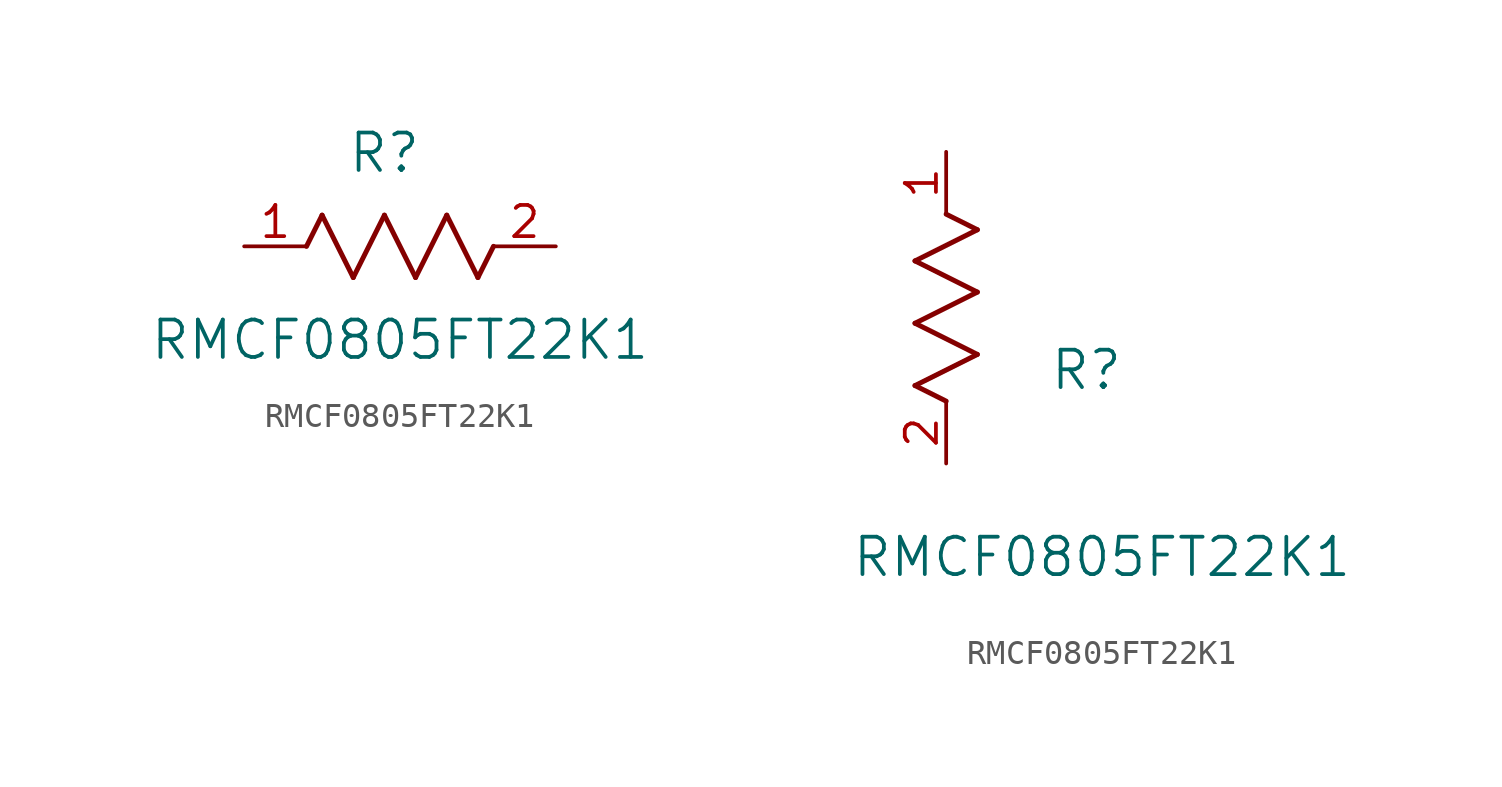
<source format=kicad_sym>
(kicad_symbol_lib
  (version 20211014)
  (generator kicad_symbol_editor)
  (symbol "RMCF0805FT22K1"
    (pin_names
      (offset 0.254))
    (property "Reference" "R"
      (at 5.715 3.81 0)
      (effects (font (size 1.524 1.524))))
    (property "Value" "RMCF0805FT22K1"
      (at 6.35 -3.81 0)
      (effects (font (size 1.524 1.524))))
    (symbol "RMCF0805FT22K1_1_1"
      (polyline (pts (xy 3.175 1.27) (xy 4.445 -1.27)) (stroke (width 0.203) (type default) (color 0 0 0 0)) (fill (type none)))
      (polyline (pts (xy 4.445 -1.27) (xy 5.715 1.27)) (stroke (width 0.203) (type default) (color 0 0 0 0)) (fill (type none)))
      (polyline (pts (xy 5.715 1.27) (xy 6.985 -1.27)) (stroke (width 0.203) (type default) (color 0 0 0 0)) (fill (type none)))
      (polyline (pts (xy 6.985 -1.27) (xy 8.255 1.27)) (stroke (width 0.203) (type default) (color 0 0 0 0)) (fill (type none)))
      (polyline (pts (xy 8.255 1.27) (xy 9.525 -1.27)) (stroke (width 0.203) (type default) (color 0 0 0 0)) (fill (type none)))
      (polyline (pts (xy 2.54 0) (xy 3.175 1.27)) (stroke (width 0.203) (type default) (color 0 0 0 0)) (fill (type none)))
      (polyline (pts (xy 9.525 -1.27) (xy 10.16 0)) (stroke (width 0.203) (type default) (color 0 0 0 0)) (fill (type none)))
      (pin unspecified line (at 0 0 0) (length 2.54) (name "" (effects (font (size 1.27 1.27)))) (number "1" (effects (font (size 1.27 1.27)))))
      (pin unspecified line (at 12.7 0 180) (length 2.54) (name "" (effects (font (size 1.27 1.27)))) (number "2" (effects (font (size 1.27 1.27))))))
    (symbol "RMCF0805FT22K1_1_2"
      (polyline (pts (xy 0 2.54) (xy -1.27 3.175)) (stroke (width 0.203) (type default) (color 0 0 0 0)) (fill (type none)))
      (polyline (pts (xy -1.27 3.175) (xy 1.27 4.445)) (stroke (width 0.203) (type default) (color 0 0 0 0)) (fill (type none)))
      (polyline (pts (xy 1.27 4.445) (xy -1.27 5.715)) (stroke (width 0.203) (type default) (color 0 0 0 0)) (fill (type none)))
      (polyline (pts (xy -1.27 5.715) (xy 1.27 6.985)) (stroke (width 0.203) (type default) (color 0 0 0 0)) (fill (type none)))
      (polyline (pts (xy -1.27 8.255) (xy 1.27 9.525)) (stroke (width 0.203) (type default) (color 0 0 0 0)) (fill (type none)))
      (polyline (pts (xy 1.27 9.525) (xy 0 10.16)) (stroke (width 0.203) (type default) (color 0 0 0 0)) (fill (type none)))
      (polyline (pts (xy 1.27 6.985) (xy -1.27 8.255)) (stroke (width 0.203) (type default) (color 0 0 0 0)) (fill (type none)))
      (pin unspecified line (at 0 12.7 270) (length 2.54) (name "" (effects (font (size 1.27 1.27)))) (number "1" (effects (font (size 1.27 1.27)))))
      (pin unspecified line (at 0 0 90) (length 2.54) (name "" (effects (font (size 1.27 1.27)))) (number "2" (effects (font (size 1.27 1.27))))))))
</source>
